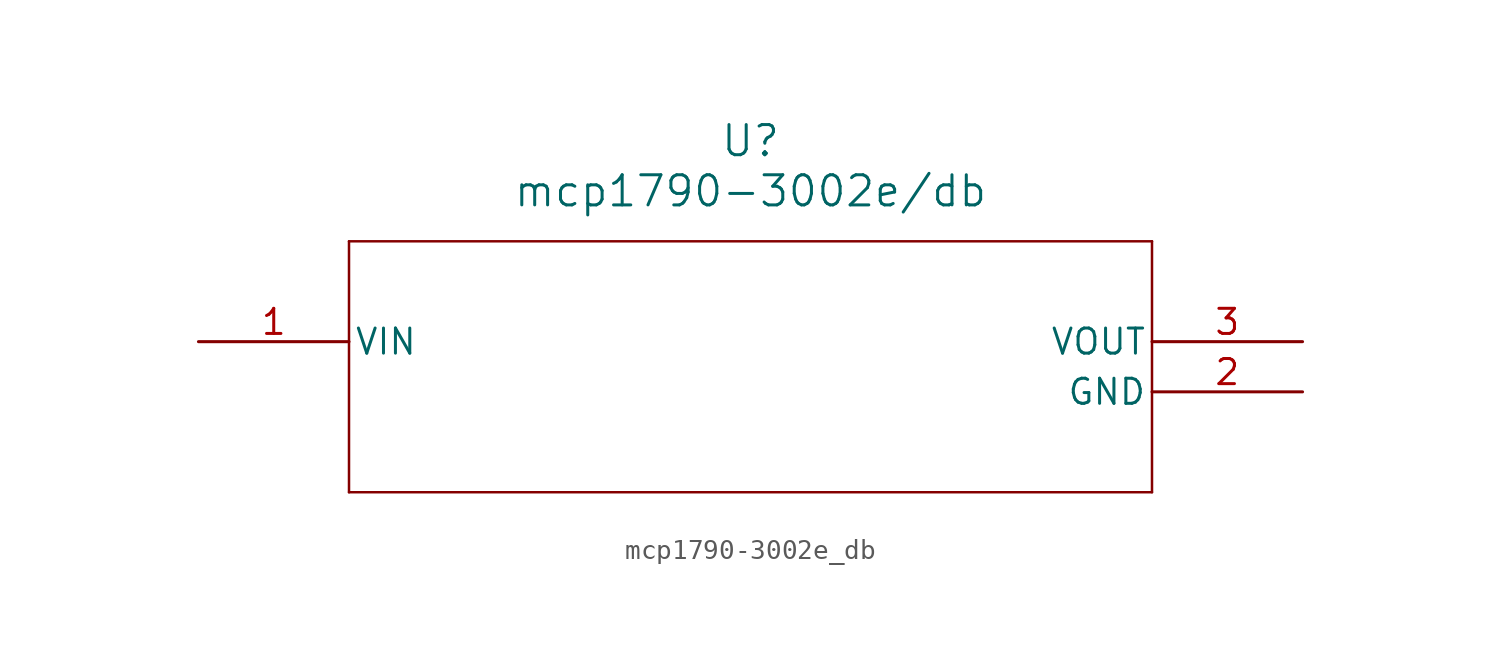
<source format=kicad_sym>
(kicad_symbol_lib
  (version 20211014)
  (generator kicad_symbol_editor)
  (symbol "mcp1790-3002e_db"
    (pin_names
      (offset 0.254))
    (property "Reference" "U"
      (at 27.94 10.16 0)
      (effects (font (size 1.524 1.524))))
    (property "Value" "mcp1790-3002e/db"
      (at 27.94 7.62 0)
      (effects (font (size 1.524 1.524))))
    (symbol "mcp1790-3002e_db_0_1"
      (polyline (pts (xy 7.62 5.08) (xy 7.62 -7.62)) (stroke (width 0.127) (type default) (color 0 0 0 0)) (fill (type none)))
      (polyline (pts (xy 7.62 -7.62) (xy 48.26 -7.62)) (stroke (width 0.127) (type default) (color 0 0 0 0)) (fill (type none)))
      (polyline (pts (xy 48.26 -7.62) (xy 48.26 5.08)) (stroke (width 0.127) (type default) (color 0 0 0 0)) (fill (type none)))
      (polyline (pts (xy 48.26 5.08) (xy 7.62 5.08)) (stroke (width 0.127) (type default) (color 0 0 0 0)) (fill (type none)))
      (pin input line (at 0 0 0) (length 7.62) (name "VIN" (effects (font (size 1.27 1.27)))) (number "1" (effects (font (size 1.27 1.27)))))
      (pin power_in line (at 55.88 -2.54 180) (length 7.62) (name "GND" (effects (font (size 1.27 1.27)))) (number "2" (effects (font (size 1.27 1.27)))))
      (pin output line (at 55.88 0 180) (length 7.62) (name "VOUT" (effects (font (size 1.27 1.27)))) (number "3" (effects (font (size 1.27 1.27))))))))
</source>
